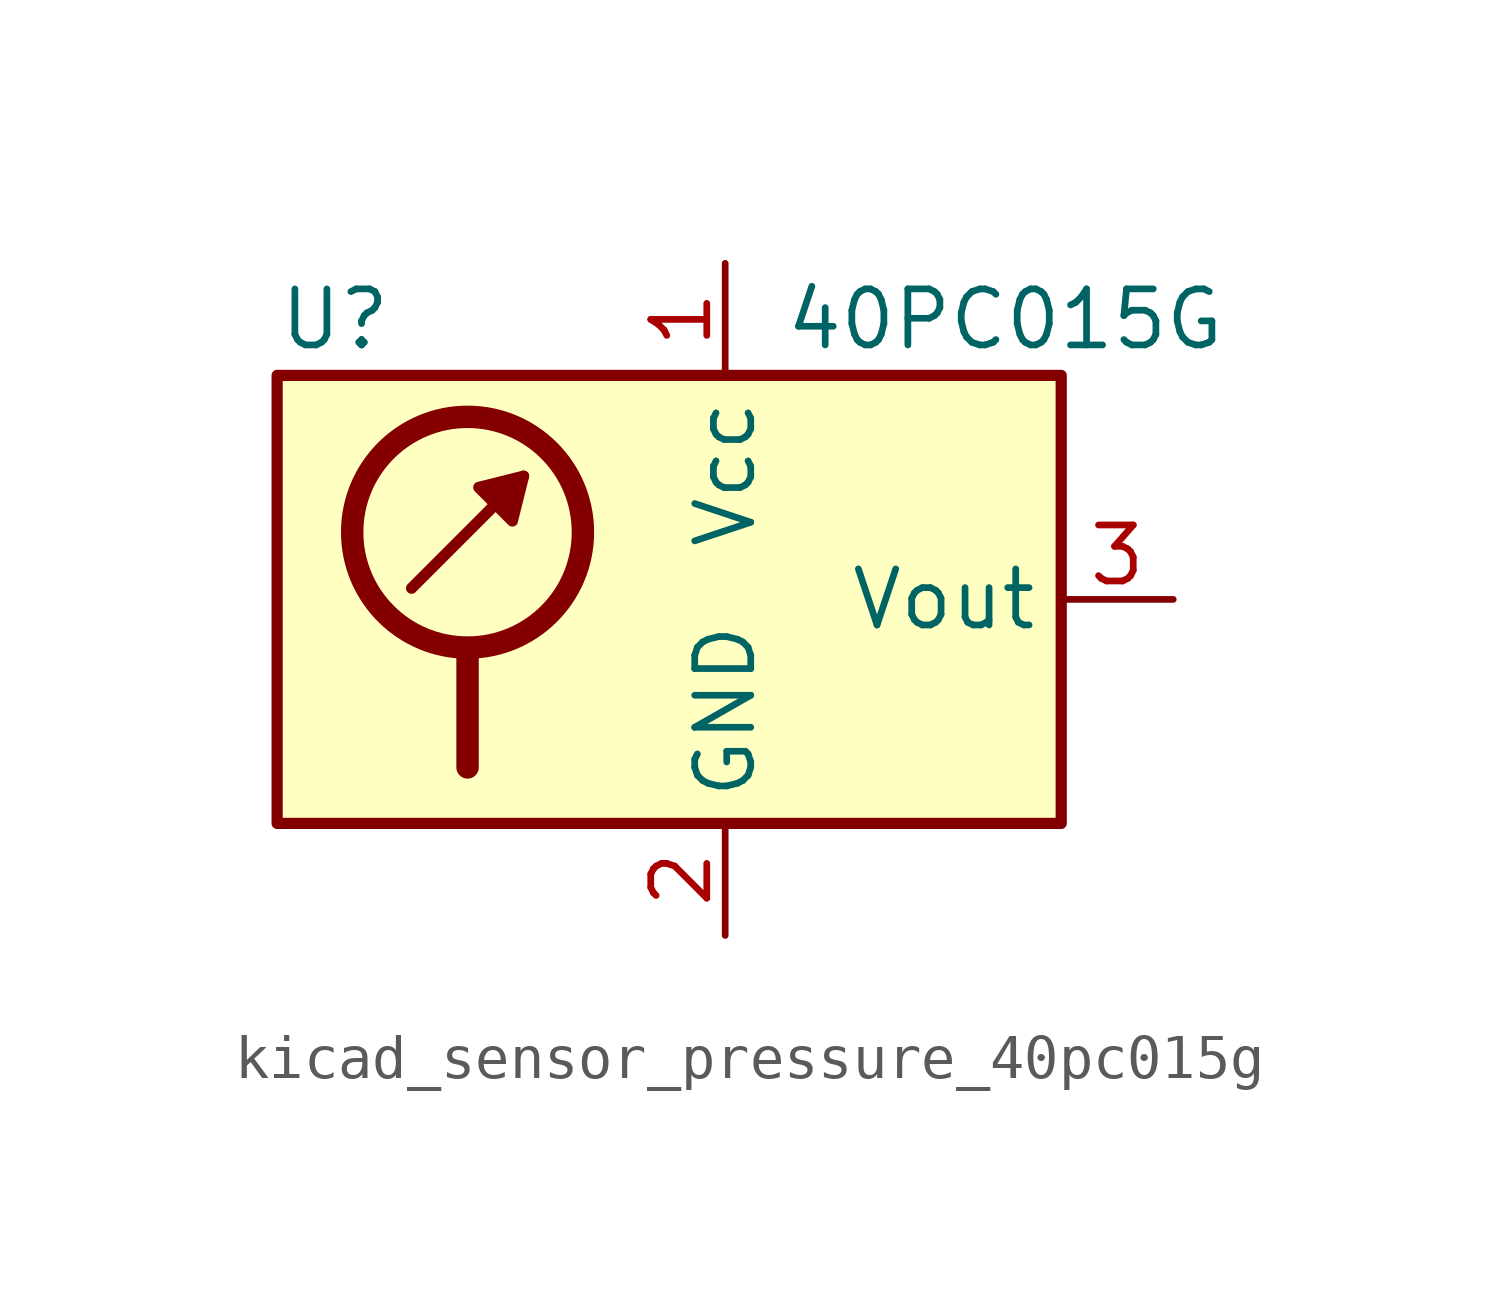
<source format=kicad_sym>
(kicad_symbol_lib
  (version 20220914)
  (generator kicad_symbol_editor)
  (symbol "kicad_sensor_pressure_40pc015g"
    (property "Reference" "U"
      (at -10.16 6.35 0)
      (effects (font (size 1.27 1.27)) (justify left)))
    (property "Value" "40PC015G"
      (at 6.35 6.35 0)
      (effects (font (size 1.27 1.27))))
    (symbol "kicad_sensor_pressure_40pc015g_0_1"
      (circle (center -5.842 1.524) (radius 2.616) (stroke (width 0.508) (type default)) (fill (type none)))
      (polyline (pts (xy -7.112 0.254) (xy -4.572 2.794)) (stroke (width 0.254) (type default)) (fill (type none)))
      (polyline (pts (xy -5.842 -1.27) (xy -5.842 -3.81)) (stroke (width 0.508) (type default)) (fill (type none)))
      (polyline (pts (xy -4.572 2.794) (xy -4.826 1.778) (xy -5.588 2.54) (xy -4.572 2.794)) (stroke (width 0.254) (type default)) (fill (type outline)))
      (rectangle (start 7.62 5.08) (end -10.16 -5.08) (stroke (width 0.254) (type default)) (fill (type background))))
    (symbol "kicad_sensor_pressure_40pc015g_1_1"
      (pin power_in line (at 0 7.62 270) (length 2.54) (name "Vcc" (effects (font (size 1.27 1.27)))) (number "1" (effects (font (size 1.27 1.27)))))
      (pin power_in line (at 0 -7.62 90) (length 2.54) (name "GND" (effects (font (size 1.27 1.27)))) (number "2" (effects (font (size 1.27 1.27)))))
      (pin output line (at 10.16 0 180) (length 2.54) (name "Vout" (effects (font (size 1.27 1.27)))) (number "3" (effects (font (size 1.27 1.27)))))
      (pin no_connect line (at -7.62 -5.08 90) (length 2.54) hide (name "NC" (effects (font (size 1.27 1.27)))) (number "4" (effects (font (size 1.27 1.27)))))
      (pin no_connect line (at -5.08 -5.08 90) (length 2.54) hide (name "NC" (effects (font (size 1.27 1.27)))) (number "5" (effects (font (size 1.27 1.27)))))
      (pin no_connect line (at -2.54 -5.08 90) (length 2.54) hide (name "NC" (effects (font (size 1.27 1.27)))) (number "6" (effects (font (size 1.27 1.27))))))))
</source>
